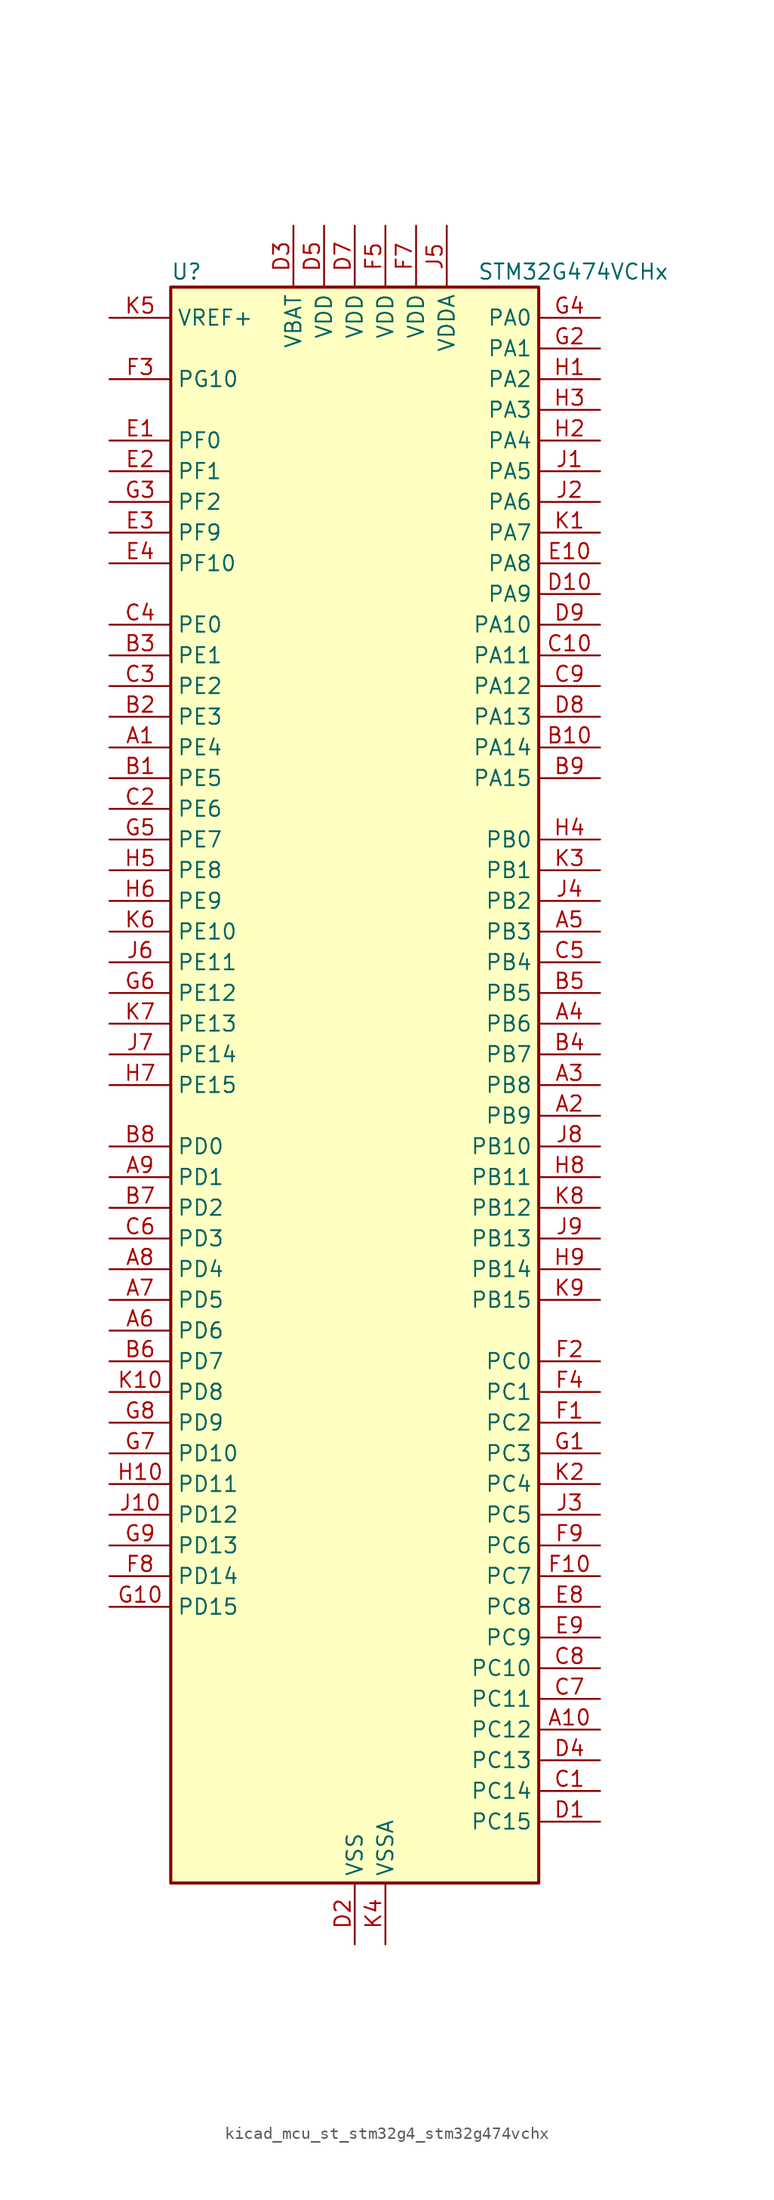
<source format=kicad_sym>
(kicad_symbol_lib
  (version 20220914)
  (generator kicad_symbol_editor)
  (symbol "kicad_mcu_st_stm32g4_stm32g474vchx"
    (property "Reference" "U"
      (at -15.24 67.31 0)
      (effects (font (size 1.27 1.27)) (justify left)))
    (property "Value" "STM32G474VCHx"
      (at 10.16 67.31 0)
      (effects (font (size 1.27 1.27)) (justify left)))
    (property "ki_locked" ""
      (at 0 0 0)
      (effects (font (size 1.27 1.27))))
    (symbol "kicad_mcu_st_stm32g4_stm32g474vchx_0_1"
      (rectangle (start -15.24 -66.04) (end 15.24 66.04) (stroke (width 0.254) (type default)) (fill (type background))))
    (symbol "kicad_mcu_st_stm32g4_stm32g474vchx_1_1"
      (pin bidirectional line (at -20.32 27.94 0) (length 5.08) (name "PE4" (effects (font (size 1.27 1.27)))) (number "A1" (effects (font (size 1.27 1.27)))) (alternate "FMC_A20" bidirectional line) (alternate "SAI1_D2" bidirectional line) (alternate "SAI1_FS_A" bidirectional line) (alternate "SPI4_NSS" bidirectional line) (alternate "SYS_TRACED1" bidirectional line) (alternate "TIM20_CH1N" bidirectional line) (alternate "TIM3_CH3" bidirectional line))
      (pin bidirectional line (at 20.32 -53.34 180) (length 5.08) (name "PC12" (effects (font (size 1.27 1.27)))) (number "A10" (effects (font (size 1.27 1.27)))) (alternate "HRTIM1_EEV1" bidirectional line) (alternate "I2S3_SD" bidirectional line) (alternate "SPI3_MOSI" bidirectional line) (alternate "TIM5_CH2" bidirectional line) (alternate "TIM8_CH3N" bidirectional line) (alternate "UART5_TX" bidirectional line) (alternate "UCPD1_FRSTX1" bidirectional line) (alternate "UCPD1_FRSTX2" bidirectional line) (alternate "USART3_CK" bidirectional line))
      (pin bidirectional line (at 20.32 -2.54 180) (length 5.08) (name "PB9" (effects (font (size 1.27 1.27)))) (number "A2" (effects (font (size 1.27 1.27)))) (alternate "COMP2_OUT" bidirectional line) (alternate "DAC1_EXTI9" bidirectional line) (alternate "DAC2_EXTI9" bidirectional line) (alternate "DAC3_EXTI9" bidirectional line) (alternate "DAC4_EXTI9" bidirectional line) (alternate "FDCAN1_TX" bidirectional line) (alternate "HRTIM1_EEV5" bidirectional line) (alternate "I2C1_SDA" bidirectional line) (alternate "IR_OUT" bidirectional line) (alternate "SAI1_D2" bidirectional line) (alternate "SAI1_FS_A" bidirectional line) (alternate "TIM17_CH1" bidirectional line) (alternate "TIM1_CH3N" bidirectional line) (alternate "TIM4_CH4" bidirectional line) (alternate "TIM8_CH3" bidirectional line) (alternate "USART3_TX" bidirectional line))
      (pin bidirectional line (at 20.32 0 180) (length 5.08) (name "PB8" (effects (font (size 1.27 1.27)))) (number "A3" (effects (font (size 1.27 1.27)))) (alternate "COMP1_OUT" bidirectional line) (alternate "FDCAN1_RX" bidirectional line) (alternate "HRTIM1_EEV8" bidirectional line) (alternate "I2C1_SCL" bidirectional line) (alternate "SAI1_CK1" bidirectional line) (alternate "SAI1_MCLK_A" bidirectional line) (alternate "TIM16_CH1" bidirectional line) (alternate "TIM1_BKIN" bidirectional line) (alternate "TIM4_CH3" bidirectional line) (alternate "TIM8_CH2" bidirectional line) (alternate "USART3_RX" bidirectional line))
      (pin bidirectional line (at 20.32 5.08 180) (length 5.08) (name "PB6" (effects (font (size 1.27 1.27)))) (number "A4" (effects (font (size 1.27 1.27)))) (alternate "COMP4_OUT" bidirectional line) (alternate "FDCAN2_TX" bidirectional line) (alternate "HRTIM1_EEV4" bidirectional line) (alternate "HRTIM1_SCIN" bidirectional line) (alternate "LPTIM1_ETR" bidirectional line) (alternate "SAI1_FS_B" bidirectional line) (alternate "TIM16_CH1N" bidirectional line) (alternate "TIM4_CH1" bidirectional line) (alternate "TIM8_BKIN2" bidirectional line) (alternate "TIM8_CH1" bidirectional line) (alternate "TIM8_ETR" bidirectional line) (alternate "UCPD1_CC1" bidirectional line) (alternate "USART1_TX" bidirectional line))
      (pin bidirectional line (at 20.32 12.7 180) (length 5.08) (name "PB3" (effects (font (size 1.27 1.27)))) (number "A5" (effects (font (size 1.27 1.27)))) (alternate "ADC3_EXTI3" bidirectional line) (alternate "ADC4_EXTI3" bidirectional line) (alternate "ADC5_EXTI3" bidirectional line) (alternate "CRS_SYNC" bidirectional line) (alternate "FDCAN3_RX" bidirectional line) (alternate "HRTIM1_EEV9" bidirectional line) (alternate "HRTIM1_SCOUT" bidirectional line) (alternate "I2S3_CK" bidirectional line) (alternate "SAI1_SCK_B" bidirectional line) (alternate "SPI1_SCK" bidirectional line) (alternate "SPI3_SCK" bidirectional line) (alternate "SYS_JTDO-SWO" bidirectional line) (alternate "TIM2_CH2" bidirectional line) (alternate "TIM3_ETR" bidirectional line) (alternate "TIM4_ETR" bidirectional line) (alternate "TIM8_CH1N" bidirectional line) (alternate "USART2_TX" bidirectional line))
      (pin bidirectional line (at -20.32 -20.32 0) (length 5.08) (name "PD6" (effects (font (size 1.27 1.27)))) (number "A6" (effects (font (size 1.27 1.27)))) (alternate "FMC_NWAIT" bidirectional line) (alternate "QUADSPI1_BK2_IO2" bidirectional line) (alternate "SAI1_D1" bidirectional line) (alternate "SAI1_SD_A" bidirectional line) (alternate "TIM2_CH4" bidirectional line) (alternate "USART2_RX" bidirectional line))
      (pin bidirectional line (at -20.32 -17.78 0) (length 5.08) (name "PD5" (effects (font (size 1.27 1.27)))) (number "A7" (effects (font (size 1.27 1.27)))) (alternate "FMC_NWE" bidirectional line) (alternate "QUADSPI1_BK2_IO1" bidirectional line) (alternate "USART2_TX" bidirectional line))
      (pin bidirectional line (at -20.32 -15.24 0) (length 5.08) (name "PD4" (effects (font (size 1.27 1.27)))) (number "A8" (effects (font (size 1.27 1.27)))) (alternate "FMC_NOE" bidirectional line) (alternate "QUADSPI1_BK2_IO0" bidirectional line) (alternate "TIM2_CH2" bidirectional line) (alternate "USART2_DE" bidirectional line) (alternate "USART2_RTS" bidirectional line))
      (pin bidirectional line (at -20.32 -7.62 0) (length 5.08) (name "PD1" (effects (font (size 1.27 1.27)))) (number "A9" (effects (font (size 1.27 1.27)))) (alternate "FDCAN1_TX" bidirectional line) (alternate "FMC_D3" bidirectional line) (alternate "FMC_DA3" bidirectional line) (alternate "TIM8_BKIN2" bidirectional line) (alternate "TIM8_CH4" bidirectional line))
      (pin bidirectional line (at -20.32 25.4 0) (length 5.08) (name "PE5" (effects (font (size 1.27 1.27)))) (number "B1" (effects (font (size 1.27 1.27)))) (alternate "FMC_A21" bidirectional line) (alternate "SAI1_CK2" bidirectional line) (alternate "SAI1_SCK_A" bidirectional line) (alternate "SPI4_MISO" bidirectional line) (alternate "SYS_TRACED2" bidirectional line) (alternate "TIM20_CH2N" bidirectional line) (alternate "TIM3_CH4" bidirectional line))
      (pin bidirectional line (at 20.32 27.94 180) (length 5.08) (name "PA14" (effects (font (size 1.27 1.27)))) (number "B10" (effects (font (size 1.27 1.27)))) (alternate "I2C1_SDA" bidirectional line) (alternate "I2C4_SMBA" bidirectional line) (alternate "LPTIM1_OUT" bidirectional line) (alternate "SAI1_FS_B" bidirectional line) (alternate "SYS_JTCK-SWCLK" bidirectional line) (alternate "TIM1_BKIN" bidirectional line) (alternate "TIM8_CH2" bidirectional line) (alternate "USART2_TX" bidirectional line))
      (pin bidirectional line (at -20.32 30.48 0) (length 5.08) (name "PE3" (effects (font (size 1.27 1.27)))) (number "B2" (effects (font (size 1.27 1.27)))) (alternate "ADC3_EXTI3" bidirectional line) (alternate "ADC4_EXTI3" bidirectional line) (alternate "ADC5_EXTI3" bidirectional line) (alternate "FMC_A19" bidirectional line) (alternate "SAI1_SD_B" bidirectional line) (alternate "SPI4_NSS" bidirectional line) (alternate "SYS_TRACED0" bidirectional line) (alternate "TIM20_CH2" bidirectional line) (alternate "TIM3_CH2" bidirectional line))
      (pin bidirectional line (at -20.32 35.56 0) (length 5.08) (name "PE1" (effects (font (size 1.27 1.27)))) (number "B3" (effects (font (size 1.27 1.27)))) (alternate "FMC_NBL1" bidirectional line) (alternate "TIM17_CH1" bidirectional line) (alternate "TIM20_CH4" bidirectional line) (alternate "USART1_RX" bidirectional line))
      (pin bidirectional line (at 20.32 2.54 180) (length 5.08) (name "PB7" (effects (font (size 1.27 1.27)))) (number "B4" (effects (font (size 1.27 1.27)))) (alternate "COMP3_OUT" bidirectional line) (alternate "FMC_NL" bidirectional line) (alternate "HRTIM1_EEV3" bidirectional line) (alternate "I2C1_SDA" bidirectional line) (alternate "I2C4_SDA" bidirectional line) (alternate "LPTIM1_IN2" bidirectional line) (alternate "SYS_PVD_IN" bidirectional line) (alternate "TIM17_CH1N" bidirectional line) (alternate "TIM3_CH4" bidirectional line) (alternate "TIM4_CH2" bidirectional line) (alternate "TIM8_BKIN" bidirectional line) (alternate "UART4_CTS" bidirectional line) (alternate "USART1_RX" bidirectional line))
      (pin bidirectional line (at 20.32 7.62 180) (length 5.08) (name "PB5" (effects (font (size 1.27 1.27)))) (number "B5" (effects (font (size 1.27 1.27)))) (alternate "FDCAN2_RX" bidirectional line) (alternate "HRTIM1_EEV6" bidirectional line) (alternate "I2C1_SMBA" bidirectional line) (alternate "I2C3_SDA" bidirectional line) (alternate "I2S3_SD" bidirectional line) (alternate "LPTIM1_IN1" bidirectional line) (alternate "SAI1_SD_B" bidirectional line) (alternate "SPI1_MOSI" bidirectional line) (alternate "SPI3_MOSI" bidirectional line) (alternate "TIM16_BKIN" bidirectional line) (alternate "TIM17_CH1" bidirectional line) (alternate "TIM3_CH2" bidirectional line) (alternate "TIM8_CH3N" bidirectional line) (alternate "UART5_CTS" bidirectional line) (alternate "USART2_CK" bidirectional line))
      (pin bidirectional line (at -20.32 -22.86 0) (length 5.08) (name "PD7" (effects (font (size 1.27 1.27)))) (number "B6" (effects (font (size 1.27 1.27)))) (alternate "FMC_NCE" bidirectional line) (alternate "FMC_NE1" bidirectional line) (alternate "QUADSPI1_BK2_IO3" bidirectional line) (alternate "TIM2_CH3" bidirectional line) (alternate "USART2_CK" bidirectional line))
      (pin bidirectional line (at -20.32 -10.16 0) (length 5.08) (name "PD2" (effects (font (size 1.27 1.27)))) (number "B7" (effects (font (size 1.27 1.27)))) (alternate "ADC3_EXTI2" bidirectional line) (alternate "ADC4_EXTI2" bidirectional line) (alternate "ADC5_EXTI2" bidirectional line) (alternate "TIM3_ETR" bidirectional line) (alternate "TIM8_BKIN" bidirectional line) (alternate "UART5_RX" bidirectional line))
      (pin bidirectional line (at -20.32 -5.08 0) (length 5.08) (name "PD0" (effects (font (size 1.27 1.27)))) (number "B8" (effects (font (size 1.27 1.27)))) (alternate "FDCAN1_RX" bidirectional line) (alternate "FMC_D2" bidirectional line) (alternate "FMC_DA2" bidirectional line) (alternate "TIM8_CH4N" bidirectional line))
      (pin bidirectional line (at 20.32 25.4 180) (length 5.08) (name "PA15" (effects (font (size 1.27 1.27)))) (number "B9" (effects (font (size 1.27 1.27)))) (alternate "ADC1_EXTI15" bidirectional line) (alternate "ADC2_EXTI15" bidirectional line) (alternate "FDCAN3_TX" bidirectional line) (alternate "HRTIM1_FLT2" bidirectional line) (alternate "I2C1_SCL" bidirectional line) (alternate "I2S3_WS" bidirectional line) (alternate "SPI1_NSS" bidirectional line) (alternate "SPI3_NSS" bidirectional line) (alternate "SYS_JTDI" bidirectional line) (alternate "TIM1_BKIN" bidirectional line) (alternate "TIM2_CH1" bidirectional line) (alternate "TIM2_ETR" bidirectional line) (alternate "TIM8_CH1" bidirectional line) (alternate "UART4_DE" bidirectional line) (alternate "UART4_RTS" bidirectional line) (alternate "USART2_RX" bidirectional line))
      (pin bidirectional line (at 20.32 -58.42 180) (length 5.08) (name "PC14" (effects (font (size 1.27 1.27)))) (number "C1" (effects (font (size 1.27 1.27)))) (alternate "RCC_OSC32_IN" bidirectional line))
      (pin bidirectional line (at 20.32 35.56 180) (length 5.08) (name "PA11" (effects (font (size 1.27 1.27)))) (number "C10" (effects (font (size 1.27 1.27)))) (alternate "ADC1_EXTI11" bidirectional line) (alternate "ADC2_EXTI11" bidirectional line) (alternate "COMP1_OUT" bidirectional line) (alternate "FDCAN1_RX" bidirectional line) (alternate "HRTIM1_CHB2" bidirectional line) (alternate "I2S2_SD" bidirectional line) (alternate "SPI2_MOSI" bidirectional line) (alternate "TIM1_BKIN2" bidirectional line) (alternate "TIM1_CH1N" bidirectional line) (alternate "TIM1_CH4" bidirectional line) (alternate "TIM4_CH1" bidirectional line) (alternate "USART1_CTS" bidirectional line) (alternate "USART1_NSS" bidirectional line) (alternate "USB_DM" bidirectional line))
      (pin bidirectional line (at -20.32 22.86 0) (length 5.08) (name "PE6" (effects (font (size 1.27 1.27)))) (number "C2" (effects (font (size 1.27 1.27)))) (alternate "FMC_A22" bidirectional line) (alternate "RTC_TAMP3" bidirectional line) (alternate "SAI1_D1" bidirectional line) (alternate "SAI1_SD_A" bidirectional line) (alternate "SPI4_MOSI" bidirectional line) (alternate "SYS_TRACED3" bidirectional line) (alternate "SYS_WKUP3" bidirectional line) (alternate "TIM20_CH3N" bidirectional line))
      (pin bidirectional line (at -20.32 33.02 0) (length 5.08) (name "PE2" (effects (font (size 1.27 1.27)))) (number "C3" (effects (font (size 1.27 1.27)))) (alternate "ADC3_EXTI2" bidirectional line) (alternate "ADC4_EXTI2" bidirectional line) (alternate "ADC5_EXTI2" bidirectional line) (alternate "FMC_A23" bidirectional line) (alternate "SAI1_CK1" bidirectional line) (alternate "SAI1_MCLK_A" bidirectional line) (alternate "SPI4_SCK" bidirectional line) (alternate "SYS_TRACECLK" bidirectional line) (alternate "TIM20_CH1" bidirectional line) (alternate "TIM3_CH1" bidirectional line))
      (pin bidirectional line (at -20.32 38.1 0) (length 5.08) (name "PE0" (effects (font (size 1.27 1.27)))) (number "C4" (effects (font (size 1.27 1.27)))) (alternate "FMC_NBL0" bidirectional line) (alternate "TIM16_CH1" bidirectional line) (alternate "TIM20_CH4N" bidirectional line) (alternate "TIM20_ETR" bidirectional line) (alternate "TIM4_ETR" bidirectional line) (alternate "USART1_TX" bidirectional line))
      (pin bidirectional line (at 20.32 10.16 180) (length 5.08) (name "PB4" (effects (font (size 1.27 1.27)))) (number "C5" (effects (font (size 1.27 1.27)))) (alternate "FDCAN3_TX" bidirectional line) (alternate "HRTIM1_EEV7" bidirectional line) (alternate "SAI1_MCLK_B" bidirectional line) (alternate "SPI1_MISO" bidirectional line) (alternate "SPI3_MISO" bidirectional line) (alternate "SYS_JTRST" bidirectional line) (alternate "TIM16_CH1" bidirectional line) (alternate "TIM17_BKIN" bidirectional line) (alternate "TIM3_CH1" bidirectional line) (alternate "TIM8_CH2N" bidirectional line) (alternate "UART5_DE" bidirectional line) (alternate "UART5_RTS" bidirectional line) (alternate "UCPD1_CC2" bidirectional line) (alternate "USART2_RX" bidirectional line))
      (pin bidirectional line (at -20.32 -12.7 0) (length 5.08) (name "PD3" (effects (font (size 1.27 1.27)))) (number "C6" (effects (font (size 1.27 1.27)))) (alternate "ADC3_EXTI3" bidirectional line) (alternate "ADC4_EXTI3" bidirectional line) (alternate "ADC5_EXTI3" bidirectional line) (alternate "FMC_CLK" bidirectional line) (alternate "QUADSPI1_BK2_NCS" bidirectional line) (alternate "TIM2_CH1" bidirectional line) (alternate "TIM2_ETR" bidirectional line) (alternate "USART2_CTS" bidirectional line) (alternate "USART2_NSS" bidirectional line))
      (pin bidirectional line (at 20.32 -50.8 180) (length 5.08) (name "PC11" (effects (font (size 1.27 1.27)))) (number "C7" (effects (font (size 1.27 1.27)))) (alternate "ADC1_EXTI11" bidirectional line) (alternate "ADC2_EXTI11" bidirectional line) (alternate "HRTIM1_EEV2" bidirectional line) (alternate "I2C3_SDA" bidirectional line) (alternate "SPI3_MISO" bidirectional line) (alternate "TIM8_CH2N" bidirectional line) (alternate "UART4_RX" bidirectional line) (alternate "USART3_RX" bidirectional line))
      (pin bidirectional line (at 20.32 -48.26 180) (length 5.08) (name "PC10" (effects (font (size 1.27 1.27)))) (number "C8" (effects (font (size 1.27 1.27)))) (alternate "DAC1_EXTI10" bidirectional line) (alternate "DAC2_EXTI10" bidirectional line) (alternate "DAC3_EXTI10" bidirectional line) (alternate "DAC4_EXTI10" bidirectional line) (alternate "HRTIM1_FLT6" bidirectional line) (alternate "I2S3_CK" bidirectional line) (alternate "SPI3_SCK" bidirectional line) (alternate "TIM8_CH1N" bidirectional line) (alternate "UART4_TX" bidirectional line) (alternate "USART3_TX" bidirectional line))
      (pin bidirectional line (at 20.32 33.02 180) (length 5.08) (name "PA12" (effects (font (size 1.27 1.27)))) (number "C9" (effects (font (size 1.27 1.27)))) (alternate "COMP2_OUT" bidirectional line) (alternate "FDCAN1_TX" bidirectional line) (alternate "HRTIM1_FLT1" bidirectional line) (alternate "I2S_CKIN" bidirectional line) (alternate "TIM16_CH1" bidirectional line) (alternate "TIM1_CH2N" bidirectional line) (alternate "TIM1_ETR" bidirectional line) (alternate "TIM4_CH2" bidirectional line) (alternate "USART1_DE" bidirectional line) (alternate "USART1_RTS" bidirectional line) (alternate "USB_DP" bidirectional line))
      (pin bidirectional line (at 20.32 -60.96 180) (length 5.08) (name "PC15" (effects (font (size 1.27 1.27)))) (number "D1" (effects (font (size 1.27 1.27)))) (alternate "ADC1_EXTI15" bidirectional line) (alternate "ADC2_EXTI15" bidirectional line) (alternate "RCC_OSC32_OUT" bidirectional line))
      (pin bidirectional line (at 20.32 40.64 180) (length 5.08) (name "PA9" (effects (font (size 1.27 1.27)))) (number "D10" (effects (font (size 1.27 1.27)))) (alternate "ADC5_IN2" bidirectional line) (alternate "COMP5_OUT" bidirectional line) (alternate "DAC1_EXTI9" bidirectional line) (alternate "DAC2_EXTI9" bidirectional line) (alternate "DAC3_EXTI9" bidirectional line) (alternate "DAC4_EXTI9" bidirectional line) (alternate "HRTIM1_CHA2" bidirectional line) (alternate "I2C2_SCL" bidirectional line) (alternate "I2C3_SMBA" bidirectional line) (alternate "I2S3_MCK" bidirectional line) (alternate "SAI1_FS_A" bidirectional line) (alternate "TIM15_BKIN" bidirectional line) (alternate "TIM1_CH2" bidirectional line) (alternate "TIM2_CH3" bidirectional line) (alternate "UCPD1_DBCC1" bidirectional line) (alternate "USART1_TX" bidirectional line))
      (pin power_in line (at 0 -71.12 90) (length 5.08) (name "VSS" (effects (font (size 1.27 1.27)))) (number "D2" (effects (font (size 1.27 1.27)))))
      (pin power_in line (at -5.08 71.12 270) (length 5.08) (name "VBAT" (effects (font (size 1.27 1.27)))) (number "D3" (effects (font (size 1.27 1.27)))))
      (pin bidirectional line (at 20.32 -55.88 180) (length 5.08) (name "PC13" (effects (font (size 1.27 1.27)))) (number "D4" (effects (font (size 1.27 1.27)))) (alternate "RTC_OUT1" bidirectional line) (alternate "RTC_TAMP1" bidirectional line) (alternate "RTC_TS" bidirectional line) (alternate "SYS_WKUP2" bidirectional line) (alternate "TIM1_BKIN" bidirectional line) (alternate "TIM1_CH1N" bidirectional line) (alternate "TIM8_CH4N" bidirectional line))
      (pin power_in line (at -2.54 71.12 270) (length 5.08) (name "VDD" (effects (font (size 1.27 1.27)))) (number "D5" (effects (font (size 1.27 1.27)))))
      (pin passive line (at 0 -71.12 90) (length 5.08) hide (name "VSS" (effects (font (size 1.27 1.27)))) (number "D6" (effects (font (size 1.27 1.27)))))
      (pin power_in line (at 0 71.12 270) (length 5.08) (name "VDD" (effects (font (size 1.27 1.27)))) (number "D7" (effects (font (size 1.27 1.27)))))
      (pin bidirectional line (at 20.32 30.48 180) (length 5.08) (name "PA13" (effects (font (size 1.27 1.27)))) (number "D8" (effects (font (size 1.27 1.27)))) (alternate "I2C1_SCL" bidirectional line) (alternate "I2C4_SCL" bidirectional line) (alternate "IR_OUT" bidirectional line) (alternate "SAI1_SD_B" bidirectional line) (alternate "SYS_JTMS-SWDIO" bidirectional line) (alternate "TIM16_CH1N" bidirectional line) (alternate "TIM4_CH3" bidirectional line) (alternate "USART3_CTS" bidirectional line) (alternate "USART3_NSS" bidirectional line))
      (pin bidirectional line (at 20.32 38.1 180) (length 5.08) (name "PA10" (effects (font (size 1.27 1.27)))) (number "D9" (effects (font (size 1.27 1.27)))) (alternate "COMP6_OUT" bidirectional line) (alternate "CRS_SYNC" bidirectional line) (alternate "DAC1_EXTI10" bidirectional line) (alternate "DAC2_EXTI10" bidirectional line) (alternate "DAC3_EXTI10" bidirectional line) (alternate "DAC4_EXTI10" bidirectional line) (alternate "HRTIM1_CHB1" bidirectional line) (alternate "I2C2_SMBA" bidirectional line) (alternate "SAI1_D1" bidirectional line) (alternate "SAI1_SD_A" bidirectional line) (alternate "SPI2_MISO" bidirectional line) (alternate "TIM17_BKIN" bidirectional line) (alternate "TIM1_CH3" bidirectional line) (alternate "TIM2_CH4" bidirectional line) (alternate "TIM8_BKIN" bidirectional line) (alternate "UCPD1_DBCC2" bidirectional line) (alternate "USART1_RX" bidirectional line))
      (pin bidirectional line (at -20.32 53.34 0) (length 5.08) (name "PF0" (effects (font (size 1.27 1.27)))) (number "E1" (effects (font (size 1.27 1.27)))) (alternate "ADC1_IN10" bidirectional line) (alternate "I2C2_SDA" bidirectional line) (alternate "I2S2_WS" bidirectional line) (alternate "RCC_OSC_IN" bidirectional line) (alternate "SPI2_NSS" bidirectional line) (alternate "TIM1_CH3N" bidirectional line))
      (pin bidirectional line (at 20.32 43.18 180) (length 5.08) (name "PA8" (effects (font (size 1.27 1.27)))) (number "E10" (effects (font (size 1.27 1.27)))) (alternate "ADC5_IN1" bidirectional line) (alternate "COMP7_OUT" bidirectional line) (alternate "FDCAN3_RX" bidirectional line) (alternate "HRTIM1_CHA1" bidirectional line) (alternate "I2C2_SDA" bidirectional line) (alternate "I2C3_SCL" bidirectional line) (alternate "I2S2_MCK" bidirectional line) (alternate "OPAMP5_VOUT" bidirectional line) (alternate "RCC_MCO" bidirectional line) (alternate "SAI1_CK2" bidirectional line) (alternate "SAI1_SCK_A" bidirectional line) (alternate "TIM1_CH1" bidirectional line) (alternate "TIM4_ETR" bidirectional line) (alternate "USART1_CK" bidirectional line))
      (pin bidirectional line (at -20.32 50.8 0) (length 5.08) (name "PF1" (effects (font (size 1.27 1.27)))) (number "E2" (effects (font (size 1.27 1.27)))) (alternate "ADC2_IN10" bidirectional line) (alternate "COMP3_INM" bidirectional line) (alternate "I2S2_CK" bidirectional line) (alternate "RCC_OSC_OUT" bidirectional line) (alternate "SPI2_SCK" bidirectional line))
      (pin bidirectional line (at -20.32 45.72 0) (length 5.08) (name "PF9" (effects (font (size 1.27 1.27)))) (number "E3" (effects (font (size 1.27 1.27)))) (alternate "DAC1_EXTI9" bidirectional line) (alternate "DAC2_EXTI9" bidirectional line) (alternate "DAC3_EXTI9" bidirectional line) (alternate "DAC4_EXTI9" bidirectional line) (alternate "FMC_A25" bidirectional line) (alternate "QUADSPI1_BK1_IO1" bidirectional line) (alternate "SAI1_FS_B" bidirectional line) (alternate "SPI2_SCK" bidirectional line) (alternate "TIM15_CH1" bidirectional line) (alternate "TIM20_BKIN" bidirectional line) (alternate "TIM5_CH4" bidirectional line))
      (pin bidirectional line (at -20.32 43.18 0) (length 5.08) (name "PF10" (effects (font (size 1.27 1.27)))) (number "E4" (effects (font (size 1.27 1.27)))) (alternate "DAC1_EXTI10" bidirectional line) (alternate "DAC2_EXTI10" bidirectional line) (alternate "DAC3_EXTI10" bidirectional line) (alternate "DAC4_EXTI10" bidirectional line) (alternate "FMC_A0" bidirectional line) (alternate "QUADSPI1_CLK" bidirectional line) (alternate "SAI1_D3" bidirectional line) (alternate "SPI2_SCK" bidirectional line) (alternate "TIM15_CH2" bidirectional line) (alternate "TIM20_BKIN2" bidirectional line))
      (pin passive line (at 0 -71.12 90) (length 5.08) hide (name "VSS" (effects (font (size 1.27 1.27)))) (number "E5" (effects (font (size 1.27 1.27)))))
      (pin passive line (at 0 -71.12 90) (length 5.08) hide (name "VSS" (effects (font (size 1.27 1.27)))) (number "E6" (effects (font (size 1.27 1.27)))))
      (pin passive line (at 0 -71.12 90) (length 5.08) hide (name "VSS" (effects (font (size 1.27 1.27)))) (number "E7" (effects (font (size 1.27 1.27)))))
      (pin bidirectional line (at 20.32 -43.18 180) (length 5.08) (name "PC8" (effects (font (size 1.27 1.27)))) (number "E8" (effects (font (size 1.27 1.27)))) (alternate "COMP7_OUT" bidirectional line) (alternate "HRTIM1_CHE1" bidirectional line) (alternate "I2C3_SCL" bidirectional line) (alternate "TIM20_CH3" bidirectional line) (alternate "TIM3_CH3" bidirectional line) (alternate "TIM8_CH3" bidirectional line))
      (pin bidirectional line (at 20.32 -45.72 180) (length 5.08) (name "PC9" (effects (font (size 1.27 1.27)))) (number "E9" (effects (font (size 1.27 1.27)))) (alternate "DAC1_EXTI9" bidirectional line) (alternate "DAC2_EXTI9" bidirectional line) (alternate "DAC3_EXTI9" bidirectional line) (alternate "DAC4_EXTI9" bidirectional line) (alternate "HRTIM1_CHE2" bidirectional line) (alternate "I2C3_SDA" bidirectional line) (alternate "I2S_CKIN" bidirectional line) (alternate "TIM3_CH4" bidirectional line) (alternate "TIM8_BKIN2" bidirectional line) (alternate "TIM8_CH4" bidirectional line))
      (pin bidirectional line (at 20.32 -27.94 180) (length 5.08) (name "PC2" (effects (font (size 1.27 1.27)))) (number "F1" (effects (font (size 1.27 1.27)))) (alternate "ADC1_IN8" bidirectional line) (alternate "ADC2_IN8" bidirectional line) (alternate "ADC3_EXTI2" bidirectional line) (alternate "ADC4_EXTI2" bidirectional line) (alternate "ADC5_EXTI2" bidirectional line) (alternate "COMP3_OUT" bidirectional line) (alternate "LPTIM1_IN2" bidirectional line) (alternate "QUADSPI1_BK2_IO1" bidirectional line) (alternate "TIM1_CH3" bidirectional line) (alternate "TIM20_CH2" bidirectional line))
      (pin bidirectional line (at 20.32 -40.64 180) (length 5.08) (name "PC7" (effects (font (size 1.27 1.27)))) (number "F10" (effects (font (size 1.27 1.27)))) (alternate "COMP5_OUT" bidirectional line) (alternate "HRTIM1_CHF2" bidirectional line) (alternate "HRTIM1_FLT5" bidirectional line) (alternate "I2C4_SDA" bidirectional line) (alternate "I2S3_MCK" bidirectional line) (alternate "TIM3_CH2" bidirectional line) (alternate "TIM8_CH2" bidirectional line))
      (pin bidirectional line (at 20.32 -22.86 180) (length 5.08) (name "PC0" (effects (font (size 1.27 1.27)))) (number "F2" (effects (font (size 1.27 1.27)))) (alternate "ADC1_IN6" bidirectional line) (alternate "ADC2_IN6" bidirectional line) (alternate "COMP3_INM" bidirectional line) (alternate "LPTIM1_IN1" bidirectional line) (alternate "LPUART1_RX" bidirectional line) (alternate "TIM1_CH1" bidirectional line))
      (pin bidirectional line (at -20.32 58.42 0) (length 5.08) (name "PG10" (effects (font (size 1.27 1.27)))) (number "F3" (effects (font (size 1.27 1.27)))) (alternate "DAC1_EXTI10" bidirectional line) (alternate "DAC2_EXTI10" bidirectional line) (alternate "DAC3_EXTI10" bidirectional line) (alternate "DAC4_EXTI10" bidirectional line) (alternate "RCC_MCO" bidirectional line))
      (pin bidirectional line (at 20.32 -25.4 180) (length 5.08) (name "PC1" (effects (font (size 1.27 1.27)))) (number "F4" (effects (font (size 1.27 1.27)))) (alternate "ADC1_IN7" bidirectional line) (alternate "ADC2_IN7" bidirectional line) (alternate "COMP3_INP" bidirectional line) (alternate "LPTIM1_OUT" bidirectional line) (alternate "LPUART1_TX" bidirectional line) (alternate "QUADSPI1_BK2_IO0" bidirectional line) (alternate "SAI1_SD_A" bidirectional line) (alternate "TIM1_CH2" bidirectional line))
      (pin power_in line (at 2.54 71.12 270) (length 5.08) (name "VDD" (effects (font (size 1.27 1.27)))) (number "F5" (effects (font (size 1.27 1.27)))))
      (pin passive line (at 0 -71.12 90) (length 5.08) hide (name "VSS" (effects (font (size 1.27 1.27)))) (number "F6" (effects (font (size 1.27 1.27)))))
      (pin power_in line (at 5.08 71.12 270) (length 5.08) (name "VDD" (effects (font (size 1.27 1.27)))) (number "F7" (effects (font (size 1.27 1.27)))))
      (pin bidirectional line (at -20.32 -40.64 0) (length 5.08) (name "PD14" (effects (font (size 1.27 1.27)))) (number "F8" (effects (font (size 1.27 1.27)))) (alternate "ADC3_IN11" bidirectional line) (alternate "ADC4_IN11" bidirectional line) (alternate "ADC5_IN11" bidirectional line) (alternate "COMP7_INP" bidirectional line) (alternate "FMC_D0" bidirectional line) (alternate "FMC_DA0" bidirectional line) (alternate "OPAMP2_VINP" bidirectional line) (alternate "OPAMP2_VINP_SEC" bidirectional line) (alternate "TIM4_CH3" bidirectional line))
      (pin bidirectional line (at 20.32 -38.1 180) (length 5.08) (name "PC6" (effects (font (size 1.27 1.27)))) (number "F9" (effects (font (size 1.27 1.27)))) (alternate "COMP6_OUT" bidirectional line) (alternate "HRTIM1_CHF1" bidirectional line) (alternate "HRTIM1_EEV10" bidirectional line) (alternate "I2C4_SCL" bidirectional line) (alternate "I2S2_MCK" bidirectional line) (alternate "TIM3_CH1" bidirectional line) (alternate "TIM8_CH1" bidirectional line))
      (pin bidirectional line (at 20.32 -30.48 180) (length 5.08) (name "PC3" (effects (font (size 1.27 1.27)))) (number "G1" (effects (font (size 1.27 1.27)))) (alternate "ADC1_IN9" bidirectional line) (alternate "ADC2_IN9" bidirectional line) (alternate "ADC3_EXTI3" bidirectional line) (alternate "ADC4_EXTI3" bidirectional line) (alternate "ADC5_EXTI3" bidirectional line) (alternate "LPTIM1_ETR" bidirectional line) (alternate "OPAMP5_VINP" bidirectional line) (alternate "OPAMP5_VINP_SEC" bidirectional line) (alternate "QUADSPI1_BK2_IO2" bidirectional line) (alternate "SAI1_D1" bidirectional line) (alternate "SAI1_SD_A" bidirectional line) (alternate "TIM1_BKIN2" bidirectional line) (alternate "TIM1_CH4" bidirectional line))
      (pin bidirectional line (at -20.32 -43.18 0) (length 5.08) (name "PD15" (effects (font (size 1.27 1.27)))) (number "G10" (effects (font (size 1.27 1.27)))) (alternate "ADC1_EXTI15" bidirectional line) (alternate "ADC2_EXTI15" bidirectional line) (alternate "COMP7_INM" bidirectional line) (alternate "FMC_D1" bidirectional line) (alternate "FMC_DA1" bidirectional line) (alternate "SPI2_NSS" bidirectional line) (alternate "TIM4_CH4" bidirectional line))
      (pin bidirectional line (at 20.32 60.96 180) (length 5.08) (name "PA1" (effects (font (size 1.27 1.27)))) (number "G2" (effects (font (size 1.27 1.27)))) (alternate "ADC1_IN2" bidirectional line) (alternate "ADC2_IN2" bidirectional line) (alternate "COMP1_INP" bidirectional line) (alternate "OPAMP1_VINP" bidirectional line) (alternate "OPAMP1_VINP_SEC" bidirectional line) (alternate "OPAMP3_VINP" bidirectional line) (alternate "OPAMP3_VINP_SEC" bidirectional line) (alternate "OPAMP6_VINM" bidirectional line) (alternate "OPAMP6_VINM0" bidirectional line) (alternate "OPAMP6_VINM_SEC" bidirectional line) (alternate "RTC_REFIN" bidirectional line) (alternate "TIM15_CH1N" bidirectional line) (alternate "TIM2_CH2" bidirectional line) (alternate "TIM5_CH2" bidirectional line) (alternate "USART2_DE" bidirectional line) (alternate "USART2_RTS" bidirectional line))
      (pin bidirectional line (at -20.32 48.26 0) (length 5.08) (name "PF2" (effects (font (size 1.27 1.27)))) (number "G3" (effects (font (size 1.27 1.27)))) (alternate "ADC3_EXTI2" bidirectional line) (alternate "ADC4_EXTI2" bidirectional line) (alternate "ADC5_EXTI2" bidirectional line) (alternate "FMC_A2" bidirectional line) (alternate "I2C2_SMBA" bidirectional line) (alternate "TIM20_CH3" bidirectional line))
      (pin bidirectional line (at 20.32 63.5 180) (length 5.08) (name "PA0" (effects (font (size 1.27 1.27)))) (number "G4" (effects (font (size 1.27 1.27)))) (alternate "ADC1_IN1" bidirectional line) (alternate "ADC2_IN1" bidirectional line) (alternate "COMP1_INM" bidirectional line) (alternate "COMP1_OUT" bidirectional line) (alternate "COMP3_INP" bidirectional line) (alternate "RTC_TAMP2" bidirectional line) (alternate "SYS_WKUP1" bidirectional line) (alternate "TIM2_CH1" bidirectional line) (alternate "TIM2_ETR" bidirectional line) (alternate "TIM5_CH1" bidirectional line) (alternate "TIM8_BKIN" bidirectional line) (alternate "TIM8_ETR" bidirectional line) (alternate "USART2_CTS" bidirectional line) (alternate "USART2_NSS" bidirectional line))
      (pin bidirectional line (at -20.32 20.32 0) (length 5.08) (name "PE7" (effects (font (size 1.27 1.27)))) (number "G5" (effects (font (size 1.27 1.27)))) (alternate "ADC3_IN4" bidirectional line) (alternate "COMP4_INP" bidirectional line) (alternate "FMC_D4" bidirectional line) (alternate "FMC_DA4" bidirectional line) (alternate "SAI1_SD_B" bidirectional line) (alternate "TIM1_ETR" bidirectional line))
      (pin bidirectional line (at -20.32 7.62 0) (length 5.08) (name "PE12" (effects (font (size 1.27 1.27)))) (number "G6" (effects (font (size 1.27 1.27)))) (alternate "ADC3_IN16" bidirectional line) (alternate "ADC4_IN16" bidirectional line) (alternate "ADC5_IN16" bidirectional line) (alternate "FMC_D9" bidirectional line) (alternate "FMC_DA9" bidirectional line) (alternate "QUADSPI1_BK1_IO0" bidirectional line) (alternate "SPI4_SCK" bidirectional line) (alternate "TIM1_CH3N" bidirectional line))
      (pin bidirectional line (at -20.32 -30.48 0) (length 5.08) (name "PD10" (effects (font (size 1.27 1.27)))) (number "G7" (effects (font (size 1.27 1.27)))) (alternate "ADC3_IN7" bidirectional line) (alternate "ADC4_IN7" bidirectional line) (alternate "ADC5_IN7" bidirectional line) (alternate "COMP6_INM" bidirectional line) (alternate "DAC1_EXTI10" bidirectional line) (alternate "DAC2_EXTI10" bidirectional line) (alternate "DAC3_EXTI10" bidirectional line) (alternate "DAC4_EXTI10" bidirectional line) (alternate "FMC_D15" bidirectional line) (alternate "FMC_DA15" bidirectional line) (alternate "USART3_CK" bidirectional line))
      (pin bidirectional line (at -20.32 -27.94 0) (length 5.08) (name "PD9" (effects (font (size 1.27 1.27)))) (number "G8" (effects (font (size 1.27 1.27)))) (alternate "ADC4_IN13" bidirectional line) (alternate "ADC5_IN13" bidirectional line) (alternate "DAC1_EXTI9" bidirectional line) (alternate "DAC2_EXTI9" bidirectional line) (alternate "DAC3_EXTI9" bidirectional line) (alternate "DAC4_EXTI9" bidirectional line) (alternate "FMC_D14" bidirectional line) (alternate "FMC_DA14" bidirectional line) (alternate "OPAMP6_VINP" bidirectional line) (alternate "OPAMP6_VINP_SEC" bidirectional line) (alternate "USART3_RX" bidirectional line))
      (pin bidirectional line (at -20.32 -38.1 0) (length 5.08) (name "PD13" (effects (font (size 1.27 1.27)))) (number "G9" (effects (font (size 1.27 1.27)))) (alternate "ADC3_IN10" bidirectional line) (alternate "ADC4_IN10" bidirectional line) (alternate "ADC5_IN10" bidirectional line) (alternate "COMP5_INM" bidirectional line) (alternate "FMC_A18" bidirectional line) (alternate "TIM4_CH2" bidirectional line))
      (pin bidirectional line (at 20.32 58.42 180) (length 5.08) (name "PA2" (effects (font (size 1.27 1.27)))) (number "H1" (effects (font (size 1.27 1.27)))) (alternate "ADC1_IN3" bidirectional line) (alternate "ADC3_EXTI2" bidirectional line) (alternate "ADC4_EXTI2" bidirectional line) (alternate "ADC5_EXTI2" bidirectional line) (alternate "COMP2_INM" bidirectional line) (alternate "COMP2_OUT" bidirectional line) (alternate "LPUART1_TX" bidirectional line) (alternate "OPAMP1_VOUT" bidirectional line) (alternate "QUADSPI1_BK1_NCS" bidirectional line) (alternate "RCC_LSCO" bidirectional line) (alternate "SYS_WKUP4" bidirectional line) (alternate "TIM15_CH1" bidirectional line) (alternate "TIM2_CH3" bidirectional line) (alternate "TIM5_CH3" bidirectional line) (alternate "UCPD1_FRSTX1" bidirectional line) (alternate "UCPD1_FRSTX2" bidirectional line) (alternate "USART2_TX" bidirectional line))
      (pin bidirectional line (at -20.32 -33.02 0) (length 5.08) (name "PD11" (effects (font (size 1.27 1.27)))) (number "H10" (effects (font (size 1.27 1.27)))) (alternate "ADC1_EXTI11" bidirectional line) (alternate "ADC2_EXTI11" bidirectional line) (alternate "ADC3_IN8" bidirectional line) (alternate "ADC4_IN8" bidirectional line) (alternate "ADC5_IN8" bidirectional line) (alternate "COMP6_INP" bidirectional line) (alternate "FMC_A16" bidirectional line) (alternate "FMC_CLE" bidirectional line) (alternate "I2C4_SMBA" bidirectional line) (alternate "OPAMP4_VINP" bidirectional line) (alternate "OPAMP4_VINP_SEC" bidirectional line) (alternate "TIM5_ETR" bidirectional line) (alternate "USART3_CTS" bidirectional line) (alternate "USART3_NSS" bidirectional line))
      (pin bidirectional line (at 20.32 53.34 180) (length 5.08) (name "PA4" (effects (font (size 1.27 1.27)))) (number "H2" (effects (font (size 1.27 1.27)))) (alternate "ADC2_IN17" bidirectional line) (alternate "COMP1_INM" bidirectional line) (alternate "DAC1_OUT1" bidirectional line) (alternate "I2S3_WS" bidirectional line) (alternate "SAI1_FS_B" bidirectional line) (alternate "SPI1_NSS" bidirectional line) (alternate "SPI3_NSS" bidirectional line) (alternate "TIM3_CH2" bidirectional line) (alternate "USART2_CK" bidirectional line))
      (pin bidirectional line (at 20.32 55.88 180) (length 5.08) (name "PA3" (effects (font (size 1.27 1.27)))) (number "H3" (effects (font (size 1.27 1.27)))) (alternate "ADC1_IN4" bidirectional line) (alternate "ADC3_EXTI3" bidirectional line) (alternate "ADC4_EXTI3" bidirectional line) (alternate "ADC5_EXTI3" bidirectional line) (alternate "COMP2_INP" bidirectional line) (alternate "LPUART1_RX" bidirectional line) (alternate "OPAMP1_VINM" bidirectional line) (alternate "OPAMP1_VINM0" bidirectional line) (alternate "OPAMP1_VINM_SEC" bidirectional line) (alternate "OPAMP1_VINP" bidirectional line) (alternate "OPAMP1_VINP_SEC" bidirectional line) (alternate "OPAMP5_VINM" bidirectional line) (alternate "OPAMP5_VINM1" bidirectional line) (alternate "OPAMP5_VINM_SEC" bidirectional line) (alternate "QUADSPI1_CLK" bidirectional line) (alternate "SAI1_CK1" bidirectional line) (alternate "SAI1_MCLK_A" bidirectional line) (alternate "TIM15_CH2" bidirectional line) (alternate "TIM2_CH4" bidirectional line) (alternate "TIM5_CH4" bidirectional line) (alternate "USART2_RX" bidirectional line))
      (pin bidirectional line (at 20.32 20.32 180) (length 5.08) (name "PB0" (effects (font (size 1.27 1.27)))) (number "H4" (effects (font (size 1.27 1.27)))) (alternate "ADC1_IN15" bidirectional line) (alternate "ADC3_IN12" bidirectional line) (alternate "COMP4_INP" bidirectional line) (alternate "HRTIM1_FLT5" bidirectional line) (alternate "OPAMP2_VINP" bidirectional line) (alternate "OPAMP2_VINP_SEC" bidirectional line) (alternate "OPAMP3_VINP" bidirectional line) (alternate "OPAMP3_VINP_SEC" bidirectional line) (alternate "QUADSPI1_BK1_IO1" bidirectional line) (alternate "TIM1_CH2N" bidirectional line) (alternate "TIM3_CH3" bidirectional line) (alternate "TIM8_CH2N" bidirectional line) (alternate "UCPD1_FRSTX1" bidirectional line) (alternate "UCPD1_FRSTX2" bidirectional line))
      (pin bidirectional line (at -20.32 17.78 0) (length 5.08) (name "PE8" (effects (font (size 1.27 1.27)))) (number "H5" (effects (font (size 1.27 1.27)))) (alternate "ADC3_IN6" bidirectional line) (alternate "ADC4_IN6" bidirectional line) (alternate "ADC5_IN6" bidirectional line) (alternate "COMP4_INM" bidirectional line) (alternate "FMC_D5" bidirectional line) (alternate "FMC_DA5" bidirectional line) (alternate "SAI1_SCK_B" bidirectional line) (alternate "TIM1_CH1N" bidirectional line) (alternate "TIM5_CH3" bidirectional line))
      (pin bidirectional line (at -20.32 15.24 0) (length 5.08) (name "PE9" (effects (font (size 1.27 1.27)))) (number "H6" (effects (font (size 1.27 1.27)))) (alternate "ADC3_IN2" bidirectional line) (alternate "DAC1_EXTI9" bidirectional line) (alternate "DAC2_EXTI9" bidirectional line) (alternate "DAC3_EXTI9" bidirectional line) (alternate "DAC4_EXTI9" bidirectional line) (alternate "FMC_D6" bidirectional line) (alternate "FMC_DA6" bidirectional line) (alternate "SAI1_FS_B" bidirectional line) (alternate "TIM1_CH1" bidirectional line) (alternate "TIM5_CH4" bidirectional line))
      (pin bidirectional line (at -20.32 0 0) (length 5.08) (name "PE15" (effects (font (size 1.27 1.27)))) (number "H7" (effects (font (size 1.27 1.27)))) (alternate "ADC1_EXTI15" bidirectional line) (alternate "ADC2_EXTI15" bidirectional line) (alternate "ADC4_IN2" bidirectional line) (alternate "FMC_D12" bidirectional line) (alternate "FMC_DA12" bidirectional line) (alternate "QUADSPI1_BK1_IO3" bidirectional line) (alternate "TIM1_BKIN" bidirectional line) (alternate "TIM1_CH4N" bidirectional line) (alternate "USART3_RX" bidirectional line))
      (pin bidirectional line (at 20.32 -7.62 180) (length 5.08) (name "PB11" (effects (font (size 1.27 1.27)))) (number "H8" (effects (font (size 1.27 1.27)))) (alternate "ADC1_EXTI11" bidirectional line) (alternate "ADC1_IN14" bidirectional line) (alternate "ADC2_EXTI11" bidirectional line) (alternate "ADC2_IN14" bidirectional line) (alternate "COMP6_INP" bidirectional line) (alternate "HRTIM1_FLT4" bidirectional line) (alternate "LPUART1_TX" bidirectional line) (alternate "OPAMP4_VINP" bidirectional line) (alternate "OPAMP4_VINP_SEC" bidirectional line) (alternate "OPAMP6_VOUT" bidirectional line) (alternate "QUADSPI1_BK1_NCS" bidirectional line) (alternate "TIM2_CH4" bidirectional line) (alternate "USART3_RX" bidirectional line))
      (pin bidirectional line (at 20.32 -15.24 180) (length 5.08) (name "PB14" (effects (font (size 1.27 1.27)))) (number "H9" (effects (font (size 1.27 1.27)))) (alternate "ADC1_IN5" bidirectional line) (alternate "ADC4_IN4" bidirectional line) (alternate "COMP4_OUT" bidirectional line) (alternate "COMP7_INP" bidirectional line) (alternate "HRTIM1_CHD1" bidirectional line) (alternate "OPAMP2_VINP" bidirectional line) (alternate "OPAMP2_VINP_SEC" bidirectional line) (alternate "OPAMP5_VINP" bidirectional line) (alternate "OPAMP5_VINP_SEC" bidirectional line) (alternate "SPI2_MISO" bidirectional line) (alternate "TIM15_CH1" bidirectional line) (alternate "TIM1_CH2N" bidirectional line) (alternate "USART3_DE" bidirectional line) (alternate "USART3_RTS" bidirectional line))
      (pin bidirectional line (at 20.32 50.8 180) (length 5.08) (name "PA5" (effects (font (size 1.27 1.27)))) (number "J1" (effects (font (size 1.27 1.27)))) (alternate "ADC2_IN13" bidirectional line) (alternate "COMP2_INM" bidirectional line) (alternate "DAC1_OUT2" bidirectional line) (alternate "OPAMP2_VINM" bidirectional line) (alternate "OPAMP2_VINM0" bidirectional line) (alternate "OPAMP2_VINM_SEC" bidirectional line) (alternate "SPI1_SCK" bidirectional line) (alternate "TIM2_CH1" bidirectional line) (alternate "TIM2_ETR" bidirectional line) (alternate "UCPD1_FRSTX1" bidirectional line) (alternate "UCPD1_FRSTX2" bidirectional line))
      (pin bidirectional line (at -20.32 -35.56 0) (length 5.08) (name "PD12" (effects (font (size 1.27 1.27)))) (number "J10" (effects (font (size 1.27 1.27)))) (alternate "ADC3_IN9" bidirectional line) (alternate "ADC4_IN9" bidirectional line) (alternate "ADC5_IN9" bidirectional line) (alternate "COMP5_INP" bidirectional line) (alternate "FMC_A17" bidirectional line) (alternate "FMC_ALE" bidirectional line) (alternate "OPAMP5_VINP" bidirectional line) (alternate "OPAMP5_VINP_SEC" bidirectional line) (alternate "TIM4_CH1" bidirectional line) (alternate "USART3_DE" bidirectional line) (alternate "USART3_RTS" bidirectional line))
      (pin bidirectional line (at 20.32 48.26 180) (length 5.08) (name "PA6" (effects (font (size 1.27 1.27)))) (number "J2" (effects (font (size 1.27 1.27)))) (alternate "ADC2_IN3" bidirectional line) (alternate "COMP1_OUT" bidirectional line) (alternate "DAC2_OUT1" bidirectional line) (alternate "LPUART1_CTS" bidirectional line) (alternate "OPAMP2_VOUT" bidirectional line) (alternate "QUADSPI1_BK1_IO3" bidirectional line) (alternate "SPI1_MISO" bidirectional line) (alternate "TIM16_CH1" bidirectional line) (alternate "TIM1_BKIN" bidirectional line) (alternate "TIM3_CH1" bidirectional line) (alternate "TIM8_BKIN" bidirectional line))
      (pin bidirectional line (at 20.32 -35.56 180) (length 5.08) (name "PC5" (effects (font (size 1.27 1.27)))) (number "J3" (effects (font (size 1.27 1.27)))) (alternate "ADC2_IN11" bidirectional line) (alternate "HRTIM1_EEV10" bidirectional line) (alternate "OPAMP1_VINM" bidirectional line) (alternate "OPAMP1_VINM1" bidirectional line) (alternate "OPAMP1_VINM_SEC" bidirectional line) (alternate "OPAMP2_VINM" bidirectional line) (alternate "OPAMP2_VINM1" bidirectional line) (alternate "OPAMP2_VINM_SEC" bidirectional line) (alternate "SAI1_D3" bidirectional line) (alternate "SYS_WKUP5" bidirectional line) (alternate "TIM15_BKIN" bidirectional line) (alternate "TIM1_CH4N" bidirectional line) (alternate "USART1_RX" bidirectional line))
      (pin bidirectional line (at 20.32 15.24 180) (length 5.08) (name "PB2" (effects (font (size 1.27 1.27)))) (number "J4" (effects (font (size 1.27 1.27)))) (alternate "ADC2_IN12" bidirectional line) (alternate "ADC3_EXTI2" bidirectional line) (alternate "ADC4_EXTI2" bidirectional line) (alternate "ADC5_EXTI2" bidirectional line) (alternate "COMP4_INM" bidirectional line) (alternate "HRTIM1_SCIN" bidirectional line) (alternate "I2C3_SMBA" bidirectional line) (alternate "LPTIM1_OUT" bidirectional line) (alternate "OPAMP3_VINM" bidirectional line) (alternate "OPAMP3_VINM0" bidirectional line) (alternate "OPAMP3_VINM_SEC" bidirectional line) (alternate "QUADSPI1_BK2_IO1" bidirectional line) (alternate "RTC_OUT2" bidirectional line) (alternate "TIM20_CH1" bidirectional line) (alternate "TIM5_CH1" bidirectional line))
      (pin power_in line (at 7.62 71.12 270) (length 5.08) (name "VDDA" (effects (font (size 1.27 1.27)))) (number "J5" (effects (font (size 1.27 1.27)))))
      (pin bidirectional line (at -20.32 10.16 0) (length 5.08) (name "PE11" (effects (font (size 1.27 1.27)))) (number "J6" (effects (font (size 1.27 1.27)))) (alternate "ADC1_EXTI11" bidirectional line) (alternate "ADC2_EXTI11" bidirectional line) (alternate "ADC3_IN15" bidirectional line) (alternate "ADC4_IN15" bidirectional line) (alternate "ADC5_IN15" bidirectional line) (alternate "FMC_D8" bidirectional line) (alternate "FMC_DA8" bidirectional line) (alternate "QUADSPI1_BK1_NCS" bidirectional line) (alternate "SPI4_NSS" bidirectional line) (alternate "TIM1_CH2" bidirectional line))
      (pin bidirectional line (at -20.32 2.54 0) (length 5.08) (name "PE14" (effects (font (size 1.27 1.27)))) (number "J7" (effects (font (size 1.27 1.27)))) (alternate "ADC4_IN1" bidirectional line) (alternate "FMC_D11" bidirectional line) (alternate "FMC_DA11" bidirectional line) (alternate "QUADSPI1_BK1_IO2" bidirectional line) (alternate "SPI4_MOSI" bidirectional line) (alternate "TIM1_BKIN2" bidirectional line) (alternate "TIM1_CH4" bidirectional line))
      (pin bidirectional line (at 20.32 -5.08 180) (length 5.08) (name "PB10" (effects (font (size 1.27 1.27)))) (number "J8" (effects (font (size 1.27 1.27)))) (alternate "COMP5_INM" bidirectional line) (alternate "DAC1_EXTI10" bidirectional line) (alternate "DAC2_EXTI10" bidirectional line) (alternate "DAC3_EXTI10" bidirectional line) (alternate "DAC4_EXTI10" bidirectional line) (alternate "HRTIM1_FLT3" bidirectional line) (alternate "LPUART1_RX" bidirectional line) (alternate "OPAMP3_VINM" bidirectional line) (alternate "OPAMP3_VINM1" bidirectional line) (alternate "OPAMP3_VINM_SEC" bidirectional line) (alternate "OPAMP4_VINM" bidirectional line) (alternate "OPAMP4_VINM0" bidirectional line) (alternate "OPAMP4_VINM_SEC" bidirectional line) (alternate "QUADSPI1_CLK" bidirectional line) (alternate "SAI1_SCK_A" bidirectional line) (alternate "TIM1_BKIN" bidirectional line) (alternate "TIM2_CH3" bidirectional line) (alternate "USART3_TX" bidirectional line))
      (pin bidirectional line (at 20.32 -12.7 180) (length 5.08) (name "PB13" (effects (font (size 1.27 1.27)))) (number "J9" (effects (font (size 1.27 1.27)))) (alternate "ADC3_IN5" bidirectional line) (alternate "COMP5_INP" bidirectional line) (alternate "FDCAN2_TX" bidirectional line) (alternate "HRTIM1_CHC2" bidirectional line) (alternate "I2S2_CK" bidirectional line) (alternate "LPUART1_CTS" bidirectional line) (alternate "OPAMP3_VINP" bidirectional line) (alternate "OPAMP3_VINP_SEC" bidirectional line) (alternate "OPAMP4_VINP" bidirectional line) (alternate "OPAMP4_VINP_SEC" bidirectional line) (alternate "OPAMP6_VINP" bidirectional line) (alternate "OPAMP6_VINP_SEC" bidirectional line) (alternate "SPI2_SCK" bidirectional line) (alternate "TIM1_CH1N" bidirectional line) (alternate "USART3_CTS" bidirectional line) (alternate "USART3_NSS" bidirectional line))
      (pin bidirectional line (at 20.32 45.72 180) (length 5.08) (name "PA7" (effects (font (size 1.27 1.27)))) (number "K1" (effects (font (size 1.27 1.27)))) (alternate "ADC2_IN4" bidirectional line) (alternate "COMP2_INP" bidirectional line) (alternate "COMP2_OUT" bidirectional line) (alternate "OPAMP1_VINP" bidirectional line) (alternate "OPAMP1_VINP_SEC" bidirectional line) (alternate "OPAMP2_VINP" bidirectional line) (alternate "OPAMP2_VINP_SEC" bidirectional line) (alternate "QUADSPI1_BK1_IO2" bidirectional line) (alternate "SPI1_MOSI" bidirectional line) (alternate "TIM17_CH1" bidirectional line) (alternate "TIM1_CH1N" bidirectional line) (alternate "TIM3_CH2" bidirectional line) (alternate "TIM8_CH1N" bidirectional line) (alternate "UCPD1_FRSTX1" bidirectional line) (alternate "UCPD1_FRSTX2" bidirectional line))
      (pin bidirectional line (at -20.32 -25.4 0) (length 5.08) (name "PD8" (effects (font (size 1.27 1.27)))) (number "K10" (effects (font (size 1.27 1.27)))) (alternate "ADC4_IN12" bidirectional line) (alternate "ADC5_IN12" bidirectional line) (alternate "FMC_D13" bidirectional line) (alternate "FMC_DA13" bidirectional line) (alternate "OPAMP4_VINM" bidirectional line) (alternate "OPAMP4_VINM1" bidirectional line) (alternate "OPAMP4_VINM_SEC" bidirectional line) (alternate "USART3_TX" bidirectional line))
      (pin bidirectional line (at 20.32 -33.02 180) (length 5.08) (name "PC4" (effects (font (size 1.27 1.27)))) (number "K2" (effects (font (size 1.27 1.27)))) (alternate "ADC2_IN5" bidirectional line) (alternate "I2C2_SCL" bidirectional line) (alternate "QUADSPI1_BK2_IO3" bidirectional line) (alternate "TIM1_ETR" bidirectional line) (alternate "USART1_TX" bidirectional line))
      (pin bidirectional line (at 20.32 17.78 180) (length 5.08) (name "PB1" (effects (font (size 1.27 1.27)))) (number "K3" (effects (font (size 1.27 1.27)))) (alternate "ADC1_IN12" bidirectional line) (alternate "ADC3_IN1" bidirectional line) (alternate "COMP1_INP" bidirectional line) (alternate "COMP4_OUT" bidirectional line) (alternate "HRTIM1_SCOUT" bidirectional line) (alternate "LPUART1_DE" bidirectional line) (alternate "LPUART1_RTS" bidirectional line) (alternate "OPAMP3_VOUT" bidirectional line) (alternate "OPAMP6_VINM" bidirectional line) (alternate "OPAMP6_VINM1" bidirectional line) (alternate "OPAMP6_VINM_SEC" bidirectional line) (alternate "QUADSPI1_BK1_IO0" bidirectional line) (alternate "TIM1_CH3N" bidirectional line) (alternate "TIM3_CH4" bidirectional line) (alternate "TIM8_CH3N" bidirectional line))
      (pin power_in line (at 2.54 -71.12 90) (length 5.08) (name "VSSA" (effects (font (size 1.27 1.27)))) (number "K4" (effects (font (size 1.27 1.27)))))
      (pin input line (at -20.32 63.5 0) (length 5.08) (name "VREF+" (effects (font (size 1.27 1.27)))) (number "K5" (effects (font (size 1.27 1.27)))) (alternate "VREFBUF_OUT" bidirectional line))
      (pin bidirectional line (at -20.32 12.7 0) (length 5.08) (name "PE10" (effects (font (size 1.27 1.27)))) (number "K6" (effects (font (size 1.27 1.27)))) (alternate "ADC3_IN14" bidirectional line) (alternate "ADC4_IN14" bidirectional line) (alternate "ADC5_IN14" bidirectional line) (alternate "DAC1_EXTI10" bidirectional line) (alternate "DAC2_EXTI10" bidirectional line) (alternate "DAC3_EXTI10" bidirectional line) (alternate "DAC4_EXTI10" bidirectional line) (alternate "FMC_D7" bidirectional line) (alternate "FMC_DA7" bidirectional line) (alternate "QUADSPI1_CLK" bidirectional line) (alternate "SAI1_MCLK_B" bidirectional line) (alternate "TIM1_CH2N" bidirectional line))
      (pin bidirectional line (at -20.32 5.08 0) (length 5.08) (name "PE13" (effects (font (size 1.27 1.27)))) (number "K7" (effects (font (size 1.27 1.27)))) (alternate "ADC3_IN3" bidirectional line) (alternate "FMC_D10" bidirectional line) (alternate "FMC_DA10" bidirectional line) (alternate "QUADSPI1_BK1_IO1" bidirectional line) (alternate "SPI4_MISO" bidirectional line) (alternate "TIM1_CH3" bidirectional line))
      (pin bidirectional line (at 20.32 -10.16 180) (length 5.08) (name "PB12" (effects (font (size 1.27 1.27)))) (number "K8" (effects (font (size 1.27 1.27)))) (alternate "ADC1_IN11" bidirectional line) (alternate "ADC4_IN3" bidirectional line) (alternate "COMP7_INM" bidirectional line) (alternate "FDCAN2_RX" bidirectional line) (alternate "HRTIM1_CHC1" bidirectional line) (alternate "I2C2_SMBA" bidirectional line) (alternate "I2S2_WS" bidirectional line) (alternate "LPUART1_DE" bidirectional line) (alternate "LPUART1_RTS" bidirectional line) (alternate "OPAMP4_VOUT" bidirectional line) (alternate "OPAMP6_VINP" bidirectional line) (alternate "OPAMP6_VINP_SEC" bidirectional line) (alternate "SPI2_NSS" bidirectional line) (alternate "TIM1_BKIN" bidirectional line) (alternate "TIM5_ETR" bidirectional line) (alternate "USART3_CK" bidirectional line))
      (pin bidirectional line (at 20.32 -17.78 180) (length 5.08) (name "PB15" (effects (font (size 1.27 1.27)))) (number "K9" (effects (font (size 1.27 1.27)))) (alternate "ADC1_EXTI15" bidirectional line) (alternate "ADC2_EXTI15" bidirectional line) (alternate "ADC2_IN15" bidirectional line) (alternate "ADC4_IN5" bidirectional line) (alternate "COMP3_OUT" bidirectional line) (alternate "COMP6_INM" bidirectional line) (alternate "HRTIM1_CHD2" bidirectional line) (alternate "I2S2_SD" bidirectional line) (alternate "OPAMP5_VINM" bidirectional line) (alternate "OPAMP5_VINM0" bidirectional line) (alternate "OPAMP5_VINM_SEC" bidirectional line) (alternate "RTC_REFIN" bidirectional line) (alternate "SPI2_MOSI" bidirectional line) (alternate "TIM15_CH1N" bidirectional line) (alternate "TIM15_CH2" bidirectional line) (alternate "TIM1_CH3N" bidirectional line)))))
</source>
